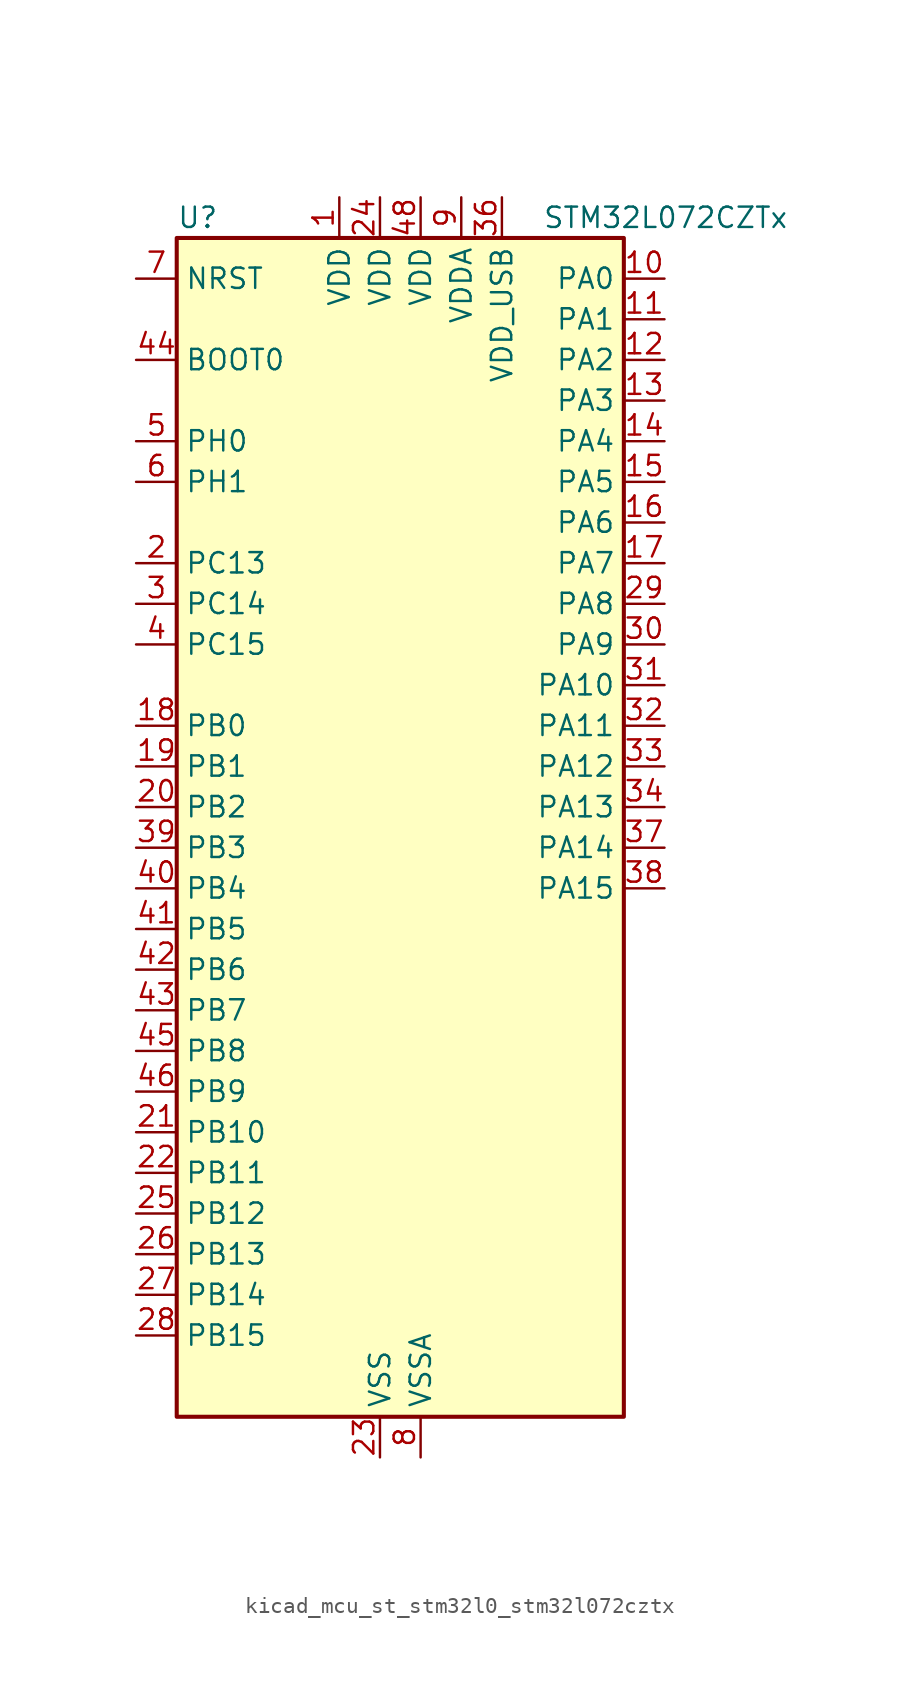
<source format=kicad_sym>
(kicad_symbol_lib
  (version 20220914)
  (generator kicad_symbol_editor)
  (symbol "kicad_mcu_st_stm32l0_stm32l072cztx"
    (property "Reference" "U"
      (at -12.7 39.37 0)
      (effects (font (size 1.27 1.27)) (justify left)))
    (property "Value" "STM32L072CZTx"
      (at 10.16 39.37 0)
      (effects (font (size 1.27 1.27)) (justify left)))
    (property "ki_locked" ""
      (at 0 0 0)
      (effects (font (size 1.27 1.27))))
    (symbol "kicad_mcu_st_stm32l0_stm32l072cztx_0_1"
      (rectangle (start -12.7 -35.56) (end 15.24 38.1) (stroke (width 0.254) (type default)) (fill (type background))))
    (symbol "kicad_mcu_st_stm32l0_stm32l072cztx_1_1"
      (pin power_in line (at -2.54 40.64 270) (length 2.54) (name "VDD" (effects (font (size 1.27 1.27)))) (number "1" (effects (font (size 1.27 1.27)))))
      (pin bidirectional line (at 17.78 35.56 180) (length 2.54) (name "PA0" (effects (font (size 1.27 1.27)))) (number "10" (effects (font (size 1.27 1.27)))) (alternate "ADC_IN0" bidirectional line) (alternate "COMP1_INM" bidirectional line) (alternate "COMP1_OUT" bidirectional line) (alternate "RTC_TAMP2" bidirectional line) (alternate "SYS_WKUP1" bidirectional line) (alternate "TIM2_CH1" bidirectional line) (alternate "TIM2_ETR" bidirectional line) (alternate "TSC_G1_IO1" bidirectional line) (alternate "USART2_CTS" bidirectional line) (alternate "USART4_TX" bidirectional line))
      (pin bidirectional line (at 17.78 33.02 180) (length 2.54) (name "PA1" (effects (font (size 1.27 1.27)))) (number "11" (effects (font (size 1.27 1.27)))) (alternate "ADC_IN1" bidirectional line) (alternate "COMP1_INP" bidirectional line) (alternate "TIM21_ETR" bidirectional line) (alternate "TIM2_CH2" bidirectional line) (alternate "TSC_G1_IO2" bidirectional line) (alternate "USART2_DE" bidirectional line) (alternate "USART2_RTS" bidirectional line) (alternate "USART4_RX" bidirectional line))
      (pin bidirectional line (at 17.78 30.48 180) (length 2.54) (name "PA2" (effects (font (size 1.27 1.27)))) (number "12" (effects (font (size 1.27 1.27)))) (alternate "ADC_IN2" bidirectional line) (alternate "COMP2_INM" bidirectional line) (alternate "COMP2_OUT" bidirectional line) (alternate "LPUART1_TX" bidirectional line) (alternate "TIM21_CH1" bidirectional line) (alternate "TIM2_CH3" bidirectional line) (alternate "TSC_G1_IO3" bidirectional line) (alternate "USART2_TX" bidirectional line))
      (pin bidirectional line (at 17.78 27.94 180) (length 2.54) (name "PA3" (effects (font (size 1.27 1.27)))) (number "13" (effects (font (size 1.27 1.27)))) (alternate "ADC_IN3" bidirectional line) (alternate "COMP2_INP" bidirectional line) (alternate "LPUART1_RX" bidirectional line) (alternate "TIM21_CH2" bidirectional line) (alternate "TIM2_CH4" bidirectional line) (alternate "TSC_G1_IO4" bidirectional line) (alternate "USART2_RX" bidirectional line))
      (pin bidirectional line (at 17.78 25.4 180) (length 2.54) (name "PA4" (effects (font (size 1.27 1.27)))) (number "14" (effects (font (size 1.27 1.27)))) (alternate "ADC_IN4" bidirectional line) (alternate "COMP1_INM" bidirectional line) (alternate "COMP2_INM" bidirectional line) (alternate "DAC_OUT1" bidirectional line) (alternate "SPI1_NSS" bidirectional line) (alternate "TIM22_ETR" bidirectional line) (alternate "TSC_G2_IO1" bidirectional line) (alternate "USART2_CK" bidirectional line))
      (pin bidirectional line (at 17.78 22.86 180) (length 2.54) (name "PA5" (effects (font (size 1.27 1.27)))) (number "15" (effects (font (size 1.27 1.27)))) (alternate "ADC_IN5" bidirectional line) (alternate "COMP1_INM" bidirectional line) (alternate "COMP2_INM" bidirectional line) (alternate "DAC_OUT2" bidirectional line) (alternate "SPI1_SCK" bidirectional line) (alternate "TIM2_CH1" bidirectional line) (alternate "TIM2_ETR" bidirectional line) (alternate "TSC_G2_IO2" bidirectional line))
      (pin bidirectional line (at 17.78 20.32 180) (length 2.54) (name "PA6" (effects (font (size 1.27 1.27)))) (number "16" (effects (font (size 1.27 1.27)))) (alternate "ADC_IN6" bidirectional line) (alternate "COMP1_OUT" bidirectional line) (alternate "LPUART1_CTS" bidirectional line) (alternate "SPI1_MISO" bidirectional line) (alternate "TIM22_CH1" bidirectional line) (alternate "TIM3_CH1" bidirectional line) (alternate "TSC_G2_IO3" bidirectional line))
      (pin bidirectional line (at 17.78 17.78 180) (length 2.54) (name "PA7" (effects (font (size 1.27 1.27)))) (number "17" (effects (font (size 1.27 1.27)))) (alternate "ADC_IN7" bidirectional line) (alternate "COMP2_OUT" bidirectional line) (alternate "SPI1_MOSI" bidirectional line) (alternate "TIM22_CH2" bidirectional line) (alternate "TIM3_CH2" bidirectional line) (alternate "TSC_G2_IO4" bidirectional line))
      (pin bidirectional line (at -15.24 7.62 0) (length 2.54) (name "PB0" (effects (font (size 1.27 1.27)))) (number "18" (effects (font (size 1.27 1.27)))) (alternate "ADC_IN8" bidirectional line) (alternate "SYS_VREF_OUT_PB0" bidirectional line) (alternate "TIM3_CH3" bidirectional line) (alternate "TSC_G3_IO2" bidirectional line))
      (pin bidirectional line (at -15.24 5.08 0) (length 2.54) (name "PB1" (effects (font (size 1.27 1.27)))) (number "19" (effects (font (size 1.27 1.27)))) (alternate "ADC_IN9" bidirectional line) (alternate "LPUART1_DE" bidirectional line) (alternate "LPUART1_RTS" bidirectional line) (alternate "SYS_VREF_OUT_PB1" bidirectional line) (alternate "TIM3_CH4" bidirectional line) (alternate "TSC_G3_IO3" bidirectional line))
      (pin bidirectional line (at -15.24 17.78 0) (length 2.54) (name "PC13" (effects (font (size 1.27 1.27)))) (number "2" (effects (font (size 1.27 1.27)))) (alternate "RTC_OUT_ALARM" bidirectional line) (alternate "RTC_OUT_CALIB" bidirectional line) (alternate "RTC_TAMP1" bidirectional line) (alternate "RTC_TS" bidirectional line) (alternate "SYS_WKUP2" bidirectional line))
      (pin bidirectional line (at -15.24 2.54 0) (length 2.54) (name "PB2" (effects (font (size 1.27 1.27)))) (number "20" (effects (font (size 1.27 1.27)))) (alternate "I2C3_SMBA" bidirectional line) (alternate "LPTIM1_OUT" bidirectional line) (alternate "TSC_G3_IO4" bidirectional line))
      (pin bidirectional line (at -15.24 -17.78 0) (length 2.54) (name "PB10" (effects (font (size 1.27 1.27)))) (number "21" (effects (font (size 1.27 1.27)))) (alternate "I2C2_SCL" bidirectional line) (alternate "LPUART1_RX" bidirectional line) (alternate "LPUART1_TX" bidirectional line) (alternate "SPI2_SCK" bidirectional line) (alternate "TIM2_CH3" bidirectional line) (alternate "TSC_SYNC" bidirectional line))
      (pin bidirectional line (at -15.24 -20.32 0) (length 2.54) (name "PB11" (effects (font (size 1.27 1.27)))) (number "22" (effects (font (size 1.27 1.27)))) (alternate "ADC_EXTI11" bidirectional line) (alternate "I2C2_SDA" bidirectional line) (alternate "LPUART1_RX" bidirectional line) (alternate "LPUART1_TX" bidirectional line) (alternate "TIM2_CH4" bidirectional line) (alternate "TSC_G6_IO1" bidirectional line))
      (pin power_in line (at 0 -38.1 90) (length 2.54) (name "VSS" (effects (font (size 1.27 1.27)))) (number "23" (effects (font (size 1.27 1.27)))))
      (pin power_in line (at 0 40.64 270) (length 2.54) (name "VDD" (effects (font (size 1.27 1.27)))) (number "24" (effects (font (size 1.27 1.27)))))
      (pin bidirectional line (at -15.24 -22.86 0) (length 2.54) (name "PB12" (effects (font (size 1.27 1.27)))) (number "25" (effects (font (size 1.27 1.27)))) (alternate "I2S2_WS" bidirectional line) (alternate "LPUART1_DE" bidirectional line) (alternate "LPUART1_RTS" bidirectional line) (alternate "SPI2_NSS" bidirectional line) (alternate "TSC_G6_IO2" bidirectional line))
      (pin bidirectional line (at -15.24 -25.4 0) (length 2.54) (name "PB13" (effects (font (size 1.27 1.27)))) (number "26" (effects (font (size 1.27 1.27)))) (alternate "I2C2_SCL" bidirectional line) (alternate "I2S2_CK" bidirectional line) (alternate "LPUART1_CTS" bidirectional line) (alternate "RCC_MCO" bidirectional line) (alternate "SPI2_SCK" bidirectional line) (alternate "TIM21_CH1" bidirectional line) (alternate "TSC_G6_IO3" bidirectional line))
      (pin bidirectional line (at -15.24 -27.94 0) (length 2.54) (name "PB14" (effects (font (size 1.27 1.27)))) (number "27" (effects (font (size 1.27 1.27)))) (alternate "I2C2_SDA" bidirectional line) (alternate "I2S2_MCK" bidirectional line) (alternate "LPUART1_DE" bidirectional line) (alternate "LPUART1_RTS" bidirectional line) (alternate "RTC_OUT_ALARM" bidirectional line) (alternate "RTC_OUT_CALIB" bidirectional line) (alternate "SPI2_MISO" bidirectional line) (alternate "TIM21_CH2" bidirectional line) (alternate "TSC_G6_IO4" bidirectional line))
      (pin bidirectional line (at -15.24 -30.48 0) (length 2.54) (name "PB15" (effects (font (size 1.27 1.27)))) (number "28" (effects (font (size 1.27 1.27)))) (alternate "I2S2_SD" bidirectional line) (alternate "RTC_REFIN" bidirectional line) (alternate "SPI2_MOSI" bidirectional line))
      (pin bidirectional line (at 17.78 15.24 180) (length 2.54) (name "PA8" (effects (font (size 1.27 1.27)))) (number "29" (effects (font (size 1.27 1.27)))) (alternate "CRS_SYNC" bidirectional line) (alternate "I2C3_SCL" bidirectional line) (alternate "RCC_MCO" bidirectional line) (alternate "USART1_CK" bidirectional line))
      (pin bidirectional line (at -15.24 15.24 0) (length 2.54) (name "PC14" (effects (font (size 1.27 1.27)))) (number "3" (effects (font (size 1.27 1.27)))) (alternate "RCC_OSC32_IN" bidirectional line))
      (pin bidirectional line (at 17.78 12.7 180) (length 2.54) (name "PA9" (effects (font (size 1.27 1.27)))) (number "30" (effects (font (size 1.27 1.27)))) (alternate "DAC_EXTI9" bidirectional line) (alternate "I2C1_SCL" bidirectional line) (alternate "I2C3_SMBA" bidirectional line) (alternate "RCC_MCO" bidirectional line) (alternate "TSC_G4_IO1" bidirectional line) (alternate "USART1_TX" bidirectional line))
      (pin bidirectional line (at 17.78 10.16 180) (length 2.54) (name "PA10" (effects (font (size 1.27 1.27)))) (number "31" (effects (font (size 1.27 1.27)))) (alternate "I2C1_SDA" bidirectional line) (alternate "TSC_G4_IO2" bidirectional line) (alternate "USART1_RX" bidirectional line))
      (pin bidirectional line (at 17.78 7.62 180) (length 2.54) (name "PA11" (effects (font (size 1.27 1.27)))) (number "32" (effects (font (size 1.27 1.27)))) (alternate "ADC_EXTI11" bidirectional line) (alternate "COMP1_OUT" bidirectional line) (alternate "SPI1_MISO" bidirectional line) (alternate "TSC_G4_IO3" bidirectional line) (alternate "USART1_CTS" bidirectional line) (alternate "USB_DM" bidirectional line))
      (pin bidirectional line (at 17.78 5.08 180) (length 2.54) (name "PA12" (effects (font (size 1.27 1.27)))) (number "33" (effects (font (size 1.27 1.27)))) (alternate "COMP2_OUT" bidirectional line) (alternate "SPI1_MOSI" bidirectional line) (alternate "TSC_G4_IO4" bidirectional line) (alternate "USART1_DE" bidirectional line) (alternate "USART1_RTS" bidirectional line) (alternate "USB_DP" bidirectional line))
      (pin bidirectional line (at 17.78 2.54 180) (length 2.54) (name "PA13" (effects (font (size 1.27 1.27)))) (number "34" (effects (font (size 1.27 1.27)))) (alternate "LPUART1_RX" bidirectional line) (alternate "SYS_SWDIO" bidirectional line) (alternate "USB_NOE" bidirectional line))
      (pin passive line (at 0 -38.1 90) (length 2.54) hide (name "VSS" (effects (font (size 1.27 1.27)))) (number "35" (effects (font (size 1.27 1.27)))))
      (pin power_in line (at 7.62 40.64 270) (length 2.54) (name "VDD_USB" (effects (font (size 1.27 1.27)))) (number "36" (effects (font (size 1.27 1.27)))))
      (pin bidirectional line (at 17.78 0 180) (length 2.54) (name "PA14" (effects (font (size 1.27 1.27)))) (number "37" (effects (font (size 1.27 1.27)))) (alternate "LPUART1_TX" bidirectional line) (alternate "SYS_SWCLK" bidirectional line) (alternate "USART2_TX" bidirectional line))
      (pin bidirectional line (at 17.78 -2.54 180) (length 2.54) (name "PA15" (effects (font (size 1.27 1.27)))) (number "38" (effects (font (size 1.27 1.27)))) (alternate "SPI1_NSS" bidirectional line) (alternate "TIM2_CH1" bidirectional line) (alternate "TIM2_ETR" bidirectional line) (alternate "USART2_RX" bidirectional line) (alternate "USART4_DE" bidirectional line) (alternate "USART4_RTS" bidirectional line))
      (pin bidirectional line (at -15.24 0 0) (length 2.54) (name "PB3" (effects (font (size 1.27 1.27)))) (number "39" (effects (font (size 1.27 1.27)))) (alternate "COMP2_INM" bidirectional line) (alternate "SPI1_SCK" bidirectional line) (alternate "TIM2_CH2" bidirectional line) (alternate "TSC_G5_IO1" bidirectional line) (alternate "USART1_DE" bidirectional line) (alternate "USART1_RTS" bidirectional line) (alternate "USART5_TX" bidirectional line))
      (pin bidirectional line (at -15.24 12.7 0) (length 2.54) (name "PC15" (effects (font (size 1.27 1.27)))) (number "4" (effects (font (size 1.27 1.27)))) (alternate "RCC_OSC32_OUT" bidirectional line))
      (pin bidirectional line (at -15.24 -2.54 0) (length 2.54) (name "PB4" (effects (font (size 1.27 1.27)))) (number "40" (effects (font (size 1.27 1.27)))) (alternate "COMP2_INP" bidirectional line) (alternate "I2C3_SDA" bidirectional line) (alternate "SPI1_MISO" bidirectional line) (alternate "TIM22_CH1" bidirectional line) (alternate "TIM3_CH1" bidirectional line) (alternate "TSC_G5_IO2" bidirectional line) (alternate "USART1_CTS" bidirectional line) (alternate "USART5_RX" bidirectional line))
      (pin bidirectional line (at -15.24 -5.08 0) (length 2.54) (name "PB5" (effects (font (size 1.27 1.27)))) (number "41" (effects (font (size 1.27 1.27)))) (alternate "COMP2_INP" bidirectional line) (alternate "I2C1_SMBA" bidirectional line) (alternate "LPTIM1_IN1" bidirectional line) (alternate "SPI1_MOSI" bidirectional line) (alternate "TIM22_CH2" bidirectional line) (alternate "TIM3_CH2" bidirectional line) (alternate "USART1_CK" bidirectional line) (alternate "USART5_CK" bidirectional line) (alternate "USART5_DE" bidirectional line) (alternate "USART5_RTS" bidirectional line))
      (pin bidirectional line (at -15.24 -7.62 0) (length 2.54) (name "PB6" (effects (font (size 1.27 1.27)))) (number "42" (effects (font (size 1.27 1.27)))) (alternate "COMP2_INP" bidirectional line) (alternate "I2C1_SCL" bidirectional line) (alternate "LPTIM1_ETR" bidirectional line) (alternate "TSC_G5_IO3" bidirectional line) (alternate "USART1_TX" bidirectional line))
      (pin bidirectional line (at -15.24 -10.16 0) (length 2.54) (name "PB7" (effects (font (size 1.27 1.27)))) (number "43" (effects (font (size 1.27 1.27)))) (alternate "COMP2_INP" bidirectional line) (alternate "I2C1_SDA" bidirectional line) (alternate "LPTIM1_IN2" bidirectional line) (alternate "SYS_PVD_IN" bidirectional line) (alternate "TSC_G5_IO4" bidirectional line) (alternate "USART1_RX" bidirectional line) (alternate "USART4_CTS" bidirectional line))
      (pin input line (at -15.24 30.48 0) (length 2.54) (name "BOOT0" (effects (font (size 1.27 1.27)))) (number "44" (effects (font (size 1.27 1.27)))))
      (pin bidirectional line (at -15.24 -12.7 0) (length 2.54) (name "PB8" (effects (font (size 1.27 1.27)))) (number "45" (effects (font (size 1.27 1.27)))) (alternate "I2C1_SCL" bidirectional line) (alternate "TSC_SYNC" bidirectional line))
      (pin bidirectional line (at -15.24 -15.24 0) (length 2.54) (name "PB9" (effects (font (size 1.27 1.27)))) (number "46" (effects (font (size 1.27 1.27)))) (alternate "DAC_EXTI9" bidirectional line) (alternate "I2C1_SDA" bidirectional line) (alternate "I2S2_WS" bidirectional line) (alternate "SPI2_NSS" bidirectional line))
      (pin passive line (at 0 -38.1 90) (length 2.54) hide (name "VSS" (effects (font (size 1.27 1.27)))) (number "47" (effects (font (size 1.27 1.27)))))
      (pin power_in line (at 2.54 40.64 270) (length 2.54) (name "VDD" (effects (font (size 1.27 1.27)))) (number "48" (effects (font (size 1.27 1.27)))))
      (pin bidirectional line (at -15.24 25.4 0) (length 2.54) (name "PH0" (effects (font (size 1.27 1.27)))) (number "5" (effects (font (size 1.27 1.27)))) (alternate "CRS_SYNC" bidirectional line) (alternate "RCC_OSC_IN" bidirectional line))
      (pin bidirectional line (at -15.24 22.86 0) (length 2.54) (name "PH1" (effects (font (size 1.27 1.27)))) (number "6" (effects (font (size 1.27 1.27)))) (alternate "RCC_OSC_OUT" bidirectional line))
      (pin input line (at -15.24 35.56 0) (length 2.54) (name "NRST" (effects (font (size 1.27 1.27)))) (number "7" (effects (font (size 1.27 1.27)))))
      (pin power_in line (at 2.54 -38.1 90) (length 2.54) (name "VSSA" (effects (font (size 1.27 1.27)))) (number "8" (effects (font (size 1.27 1.27)))))
      (pin power_in line (at 5.08 40.64 270) (length 2.54) (name "VDDA" (effects (font (size 1.27 1.27)))) (number "9" (effects (font (size 1.27 1.27))))))))
</source>
